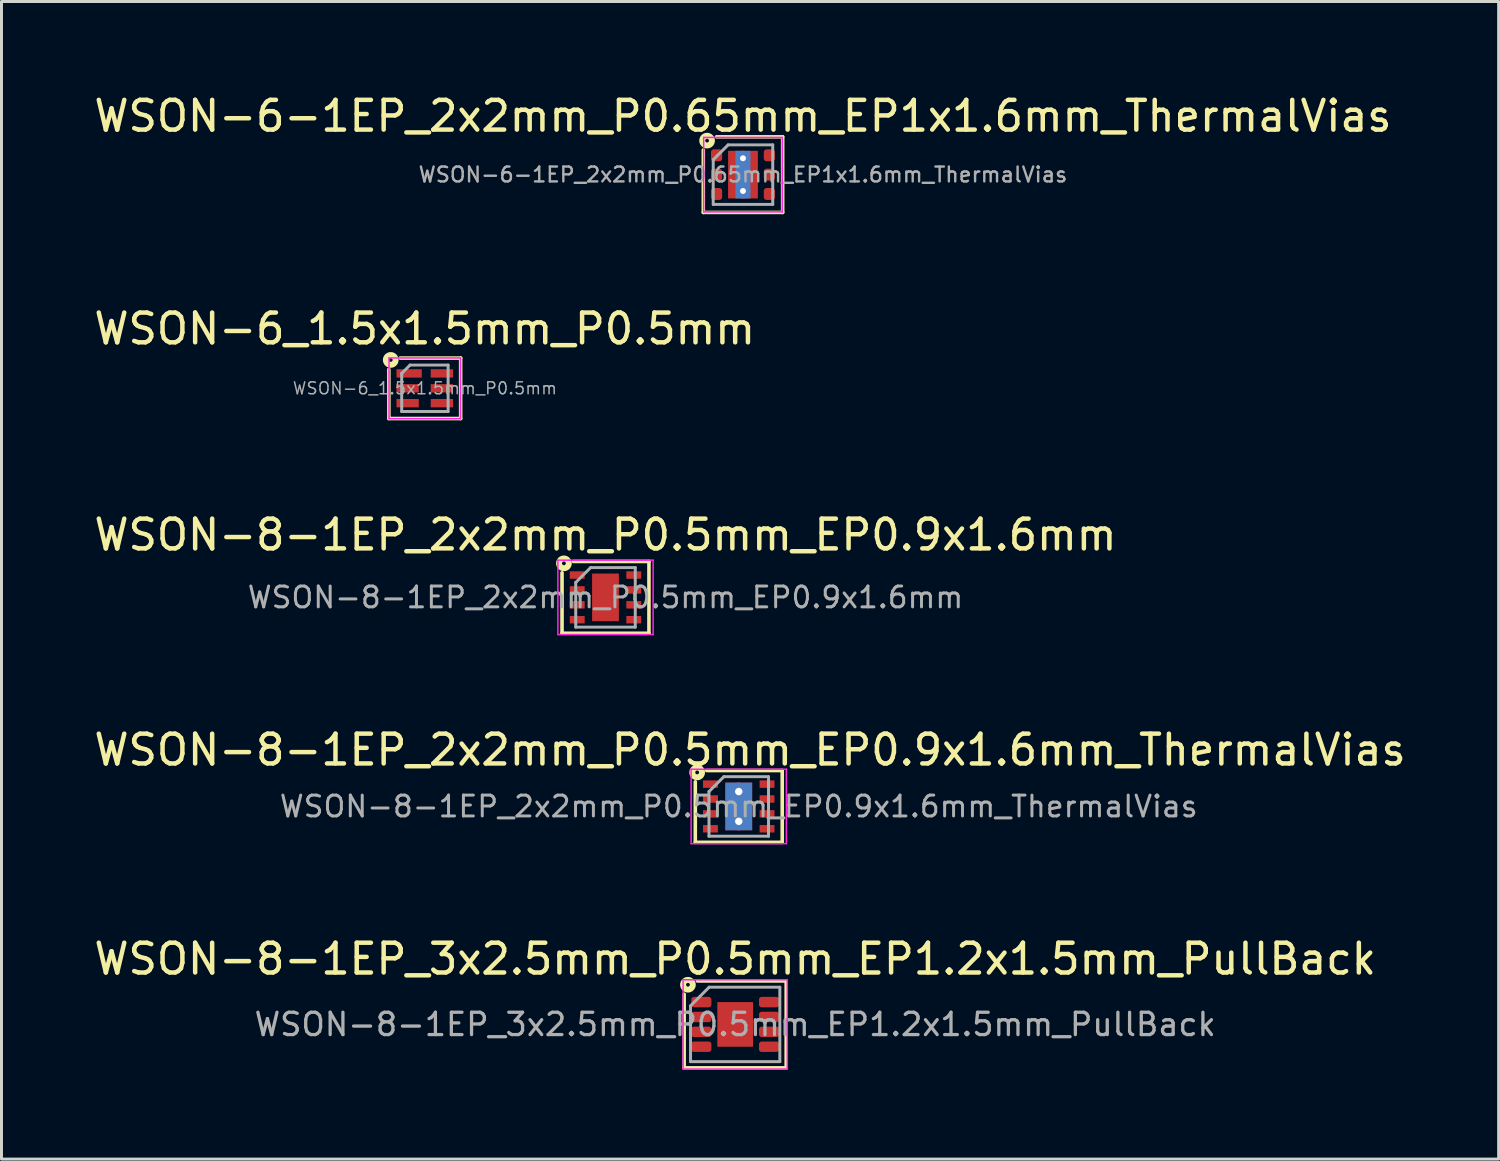
<source format=kicad_pcb>
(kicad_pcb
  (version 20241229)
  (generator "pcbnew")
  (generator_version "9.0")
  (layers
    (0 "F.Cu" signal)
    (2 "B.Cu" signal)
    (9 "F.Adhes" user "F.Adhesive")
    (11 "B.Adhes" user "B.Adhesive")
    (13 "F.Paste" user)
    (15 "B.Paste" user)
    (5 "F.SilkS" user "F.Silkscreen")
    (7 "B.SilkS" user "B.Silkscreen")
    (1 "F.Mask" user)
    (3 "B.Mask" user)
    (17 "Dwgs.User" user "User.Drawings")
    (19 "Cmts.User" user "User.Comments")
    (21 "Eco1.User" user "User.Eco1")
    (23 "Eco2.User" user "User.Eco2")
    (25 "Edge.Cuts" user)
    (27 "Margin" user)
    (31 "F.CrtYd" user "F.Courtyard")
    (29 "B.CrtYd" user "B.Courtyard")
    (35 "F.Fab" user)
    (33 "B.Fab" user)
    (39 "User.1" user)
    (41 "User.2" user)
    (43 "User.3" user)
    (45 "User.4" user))
  (footprint "WSON-8-1EP_3x2.5mm_P0.5mm_EP1.2x1.5mm_PullBack"
    (layer "F.Cu")
    (at 21.649 31.366)
    (property "Reference" "WSON-8-1EP_3x2.5mm_P0.5mm_EP1.2x1.5mm_PullBack" (at 0 -2.2 0) (layer "F.SilkS") (effects (font (size 1 1) (thickness 0.15))))
    (attr smd)
    (fp_line (start -1.714 1.46) (end -1.714 -1.016) (stroke (width 0.12) (type solid)) (layer "F.SilkS"))
    (fp_line (start -1.27 -1.46) (end 1.714 -1.46) (stroke (width 0.12) (type solid)) (layer "F.SilkS"))
    (fp_line (start 1.714 -1.46) (end 1.714 1.46) (stroke (width 0.12) (type solid)) (layer "F.SilkS"))
    (fp_line (start 1.714 1.46) (end -1.714 1.46) (stroke (width 0.12) (type solid)) (layer "F.SilkS"))
    (fp_circle (center -1.587 -1.333) (end -1.524 -1.333) (stroke (width 0.2) (type solid)) (fill no) (layer "F.SilkS"))
    (fp_line (start -1.75 -1.5) (end -1.75 1.5) (stroke (width 0.05) (type solid)) (layer "F.CrtYd"))
    (fp_line (start -1.75 1.5) (end 1.75 1.5) (stroke (width 0.05) (type solid)) (layer "F.CrtYd"))
    (fp_line (start 1.75 -1.5) (end -1.75 -1.5) (stroke (width 0.05) (type solid)) (layer "F.CrtYd"))
    (fp_line (start 1.75 1.5) (end 1.75 -1.5) (stroke (width 0.05) (type solid)) (layer "F.CrtYd"))
    (fp_line (start -1.5 -0.625) (end -0.875 -1.25) (stroke (width 0.1) (type solid)) (layer "F.Fab"))
    (fp_line (start -1.5 1.25) (end -1.5 -0.625) (stroke (width 0.1) (type solid)) (layer "F.Fab"))
    (fp_line (start -0.875 -1.25) (end 1.5 -1.25) (stroke (width 0.1) (type solid)) (layer "F.Fab"))
    (fp_line (start 1.5 -1.25) (end 1.5 1.25) (stroke (width 0.1) (type solid)) (layer "F.Fab"))
    (fp_line (start 1.5 1.25) (end -1.5 1.25) (stroke (width 0.1) (type solid)) (layer "F.Fab"))
    (fp_text user "${REFERENCE}" (at 0 0 0) (layer "F.Fab") (effects (font (size 0.75 0.75) (thickness 0.11))))
    (pad "" smd roundrect (at -0.3 -0.375) (size 0.48 0.6) (layers "F.Paste") (roundrect_rratio 0.25))
    (pad "" smd roundrect (at -0.3 0.375) (size 0.48 0.6) (layers "F.Paste") (roundrect_rratio 0.25))
    (pad "" smd roundrect (at 0.3 -0.375) (size 0.48 0.6) (layers "F.Paste") (roundrect_rratio 0.25))
    (pad "" smd roundrect (at 0.3 0.375) (size 0.48 0.6) (layers "F.Paste") (roundrect_rratio 0.25))
    (pad "1" smd roundrect (at -1.137 -0.75) (size 0.675 0.35) (layers "F.Cu" "F.Mask" "F.Paste") (roundrect_rratio 0.25))
    (pad "2" smd roundrect (at -1.137 -0.25) (size 0.675 0.35) (layers "F.Cu" "F.Mask" "F.Paste") (roundrect_rratio 0.25))
    (pad "3" smd roundrect (at -1.137 0.25) (size 0.675 0.35) (layers "F.Cu" "F.Mask" "F.Paste") (roundrect_rratio 0.25))
    (pad "4" smd roundrect (at -1.137 0.75) (size 0.675 0.35) (layers "F.Cu" "F.Mask" "F.Paste") (roundrect_rratio 0.25))
    (pad "5" smd roundrect (at 1.137 0.75) (size 0.675 0.35) (layers "F.Cu" "F.Mask" "F.Paste") (roundrect_rratio 0.25))
    (pad "6" smd roundrect (at 1.137 0.25) (size 0.675 0.35) (layers "F.Cu" "F.Mask" "F.Paste") (roundrect_rratio 0.25))
    (pad "7" smd roundrect (at 1.137 -0.25) (size 0.675 0.35) (layers "F.Cu" "F.Mask" "F.Paste") (roundrect_rratio 0.25))
    (pad "8" smd roundrect (at 1.137 -0.75) (size 0.675 0.35) (layers "F.Cu" "F.Mask" "F.Paste") (roundrect_rratio 0.25))
    (pad "9" smd rect (at 0 0) (size 1.2 1.5) (layers "F.Cu" "F.Mask")))
  (footprint "WSON-6-1EP_2x2mm_P0.65mm_EP1x1.6mm_ThermalVias"
    (layer "F.Cu")
    (at 21.911 2.817)
    (property "Reference" "WSON-6-1EP_2x2mm_P0.65mm_EP1x1.6mm_ThermalVias" (at 0 -1.968 0) (layer "F.SilkS") (effects (font (size 1 1) (thickness 0.15))))
    (attr smd)
    (fp_line (start -1.333 1.27) (end -1.333 -0.826) (stroke (width 0.12) (type solid)) (layer "F.SilkS"))
    (fp_line (start -0.889 -1.27) (end 1.333 -1.27) (stroke (width 0.12) (type solid)) (layer "F.SilkS"))
    (fp_line (start 1.333 -1.27) (end 1.333 1.27) (stroke (width 0.12) (type solid)) (layer "F.SilkS"))
    (fp_line (start 1.333 1.27) (end -1.333 1.27) (stroke (width 0.12) (type solid)) (layer "F.SilkS"))
    (fp_circle (center -1.206 -1.143) (end -1.143 -1.143) (stroke (width 0.2) (type solid)) (fill no) (layer "F.SilkS"))
    (fp_line (start -1.32 -1.25) (end -1.32 1.25) (stroke (width 0.05) (type solid)) (layer "F.CrtYd"))
    (fp_line (start -1.32 1.25) (end 1.32 1.25) (stroke (width 0.05) (type solid)) (layer "F.CrtYd"))
    (fp_line (start 1.32 -1.25) (end -1.32 -1.25) (stroke (width 0.05) (type solid)) (layer "F.CrtYd"))
    (fp_line (start 1.32 1.25) (end 1.32 -1.25) (stroke (width 0.05) (type solid)) (layer "F.CrtYd"))
    (fp_line (start -1 -0.5) (end -0.5 -1) (stroke (width 0.1) (type solid)) (layer "F.Fab"))
    (fp_line (start -1 1) (end -1 -0.5) (stroke (width 0.1) (type solid)) (layer "F.Fab"))
    (fp_line (start -0.5 -1) (end 1 -1) (stroke (width 0.1) (type solid)) (layer "F.Fab"))
    (fp_line (start 1 -1) (end 1 1) (stroke (width 0.1) (type solid)) (layer "F.Fab"))
    (fp_line (start 1 1) (end -1 1) (stroke (width 0.1) (type solid)) (layer "F.Fab"))
    (fp_text user "${REFERENCE}" (at 0 0 0) (layer "F.Fab") (effects (font (size 0.5 0.5) (thickness 0.08))))
    (pad "" smd roundrect (at 0 -0.4) (size 0.87 0.69) (layers "F.Paste") (roundrect_rratio 0.25))
    (pad "" smd roundrect (at 0 0.4) (size 0.87 0.69) (layers "F.Paste") (roundrect_rratio 0.25))
    (pad "1" smd roundrect (at -0.887 -0.65) (size 0.375 0.4) (layers "F.Cu" "F.Mask" "F.Paste") (roundrect_rratio 0.25))
    (pad "2" smd roundrect (at -0.887 0) (size 0.375 0.4) (layers "F.Cu" "F.Mask" "F.Paste") (roundrect_rratio 0.25))
    (pad "3" smd roundrect (at -0.887 0.65) (size 0.375 0.4) (layers "F.Cu" "F.Mask" "F.Paste") (roundrect_rratio 0.25))
    (pad "4" smd roundrect (at 0.887 0.65) (size 0.375 0.4) (layers "F.Cu" "F.Mask" "F.Paste") (roundrect_rratio 0.25))
    (pad "5" smd roundrect (at 0.887 0) (size 0.375 0.4) (layers "F.Cu" "F.Mask" "F.Paste") (roundrect_rratio 0.25))
    (pad "6" smd roundrect (at 0.887 -0.65) (size 0.375 0.4) (layers "F.Cu" "F.Mask" "F.Paste") (roundrect_rratio 0.25))
    (pad "7" thru_hole circle (at 0 -0.55) (size 0.5 0.5) (drill 0.2) (layers "*.Cu"))
    (pad "7" smd rect (at 0 0) (size 0.5 1.6) (layers "B.Cu" "B.Mask"))
    (pad "7" smd rect (at 0 0) (size 1 1.6) (layers "F.Cu" "F.Mask"))
    (pad "7" thru_hole circle (at 0 0.55) (size 0.5 0.5) (drill 0.2) (layers "*.Cu")))
  (footprint "WSON-8-1EP_2x2mm_P0.5mm_EP0.9x1.6mm_ThermalVias"
    (layer "F.Cu")
    (at 21.769 24.043)
    (property "Reference" "WSON-8-1EP_2x2mm_P0.5mm_EP0.9x1.6mm_ThermalVias" (at 0.38 -1.9 0) (layer "F.SilkS") (effects (font (size 1 1) (thickness 0.15))))
    (attr smd)
    (fp_line (start -1.46 1.206) (end -1.46 -0.826) (stroke (width 0.12) (type solid)) (layer "F.SilkS"))
    (fp_line (start -1.079 -1.206) (end 1.46 -1.206) (stroke (width 0.12) (type solid)) (layer "F.SilkS"))
    (fp_line (start 1.46 -1.206) (end 1.46 1.206) (stroke (width 0.12) (type solid)) (layer "F.SilkS"))
    (fp_line (start 1.46 1.206) (end -1.46 1.206) (stroke (width 0.12) (type solid)) (layer "F.SilkS"))
    (fp_circle (center -1.397 -1.143) (end -1.333 -1.143) (stroke (width 0.2) (type solid)) (fill no) (layer "F.SilkS"))
    (fp_line (start -1.6 -1.25) (end -1.6 1.25) (stroke (width 0.05) (type solid)) (layer "F.CrtYd"))
    (fp_line (start -1.6 -1.25) (end 1.6 -1.25) (stroke (width 0.05) (type solid)) (layer "F.CrtYd"))
    (fp_line (start -1.6 1.25) (end 1.6 1.25) (stroke (width 0.05) (type solid)) (layer "F.CrtYd"))
    (fp_line (start 1.6 -1.25) (end 1.6 1.25) (stroke (width 0.05) (type solid)) (layer "F.CrtYd"))
    (fp_line (start -1 1) (end -1 -0.5) (stroke (width 0.1) (type solid)) (layer "F.Fab"))
    (fp_line (start -0.5 -1) (end -1 -0.5) (stroke (width 0.1) (type solid)) (layer "F.Fab"))
    (fp_line (start -0.5 -1) (end 1 -1) (stroke (width 0.1) (type solid)) (layer "F.Fab"))
    (fp_line (start 1 -1) (end 1 1) (stroke (width 0.1) (type solid)) (layer "F.Fab"))
    (fp_line (start 1 1) (end -1 1) (stroke (width 0.1) (type solid)) (layer "F.Fab"))
    (fp_text user "${REFERENCE}" (at 0 0 0) (layer "F.Fab") (effects (font (size 0.7 0.7) (thickness 0.1))))
    (pad "" smd rect (at 0 -0.4) (size 0.75 0.65) (layers "F.Paste"))
    (pad "" smd rect (at 0 0.4) (size 0.75 0.65) (layers "F.Paste"))
    (pad "1" smd rect (at -0.95 -0.75) (size 0.5 0.25) (layers "F.Cu" "F.Mask" "F.Paste"))
    (pad "2" smd rect (at -0.95 -0.25) (size 0.5 0.25) (layers "F.Cu" "F.Mask" "F.Paste"))
    (pad "3" smd rect (at -0.95 0.25) (size 0.5 0.25) (layers "F.Cu" "F.Mask" "F.Paste"))
    (pad "4" smd rect (at -0.95 0.75) (size 0.5 0.25) (layers "F.Cu" "F.Mask" "F.Paste"))
    (pad "5" smd rect (at 0.95 0.75) (size 0.5 0.25) (layers "F.Cu" "F.Mask" "F.Paste"))
    (pad "6" smd rect (at 0.95 0.25) (size 0.5 0.25) (layers "F.Cu" "F.Mask" "F.Paste"))
    (pad "7" smd rect (at 0.95 -0.25) (size 0.5 0.25) (layers "F.Cu" "F.Mask" "F.Paste"))
    (pad "8" smd rect (at 0.95 -0.75) (size 0.5 0.25) (layers "F.Cu" "F.Mask" "F.Paste"))
    (pad "9" thru_hole circle (at 0 -0.5) (size 0.6 0.6) (drill 0.25) (layers "*.Cu"))
    (pad "9" smd rect (at 0 0) (size 0.9 1.6) (layers "F.Cu" "F.Mask"))
    (pad "9" smd rect (at 0 0) (size 0.9 1.6) (layers "B.Cu" "B.Mask"))
    (pad "9" thru_hole circle (at 0 0.5) (size 0.6 0.6) (drill 0.25) (layers "*.Cu")))
  (footprint "WSON-6_1.5x1.5mm_P0.5mm"
    (layer "F.Cu")
    (at 11.22 9.995)
    (property "Reference" "WSON-6_1.5x1.5mm_P0.5mm" (at 0 -2 0) (layer "F.SilkS") (effects (font (size 1 1) (thickness 0.15))))
    (attr smd)
    (fp_line (start -1.206 1.016) (end -1.206 -0.635) (stroke (width 0.12) (type solid)) (layer "F.SilkS"))
    (fp_line (start -0.826 -1.016) (end 1.206 -1.016) (stroke (width 0.12) (type solid)) (layer "F.SilkS"))
    (fp_line (start 1.206 -1.016) (end 1.206 1.016) (stroke (width 0.12) (type solid)) (layer "F.SilkS"))
    (fp_line (start 1.206 1.016) (end -1.206 1.016) (stroke (width 0.12) (type solid)) (layer "F.SilkS"))
    (fp_circle (center -1.143 -0.953) (end -1.079 -0.953) (stroke (width 0.2) (type solid)) (fill no) (layer "F.SilkS"))
    (fp_line (start -1.2 1.02) (end -1.2 -1.02) (stroke (width 0.05) (type solid)) (layer "F.CrtYd"))
    (fp_line (start -1.2 1.02) (end 1.2 1.02) (stroke (width 0.05) (type solid)) (layer "F.CrtYd"))
    (fp_line (start 1.2 -1.02) (end -1.2 -1.02) (stroke (width 0.05) (type solid)) (layer "F.CrtYd"))
    (fp_line (start 1.2 -1.02) (end 1.2 1.02) (stroke (width 0.05) (type solid)) (layer "F.CrtYd"))
    (fp_line (start -0.775 -0.5) (end -0.775 0.78) (stroke (width 0.1) (type solid)) (layer "F.Fab"))
    (fp_line (start -0.775 0.78) (end 0.785 0.78) (stroke (width 0.1) (type solid)) (layer "F.Fab"))
    (fp_line (start -0.495 -0.78) (end -0.775 -0.5) (stroke (width 0.1) (type solid)) (layer "F.Fab"))
    (fp_line (start 0.785 -0.78) (end -0.495 -0.78) (stroke (width 0.1) (type solid)) (layer "F.Fab"))
    (fp_line (start 0.785 -0.78) (end 0.785 0.78) (stroke (width 0.1) (type solid)) (layer "F.Fab"))
    (fp_text user "${REFERENCE}" (at 0.005 0 0) (layer "F.Fab") (effects (font (size 0.4 0.4) (thickness 0.05))))
    (pad "1" smd rect (at -0.525 -0.5 270) (size 0.28 0.85) (layers "F.Cu" "F.Mask" "F.Paste"))
    (pad "2" smd rect (at -0.575 0 270) (size 0.28 0.75) (layers "F.Cu" "F.Mask" "F.Paste"))
    (pad "3" smd rect (at -0.575 0.5 270) (size 0.28 0.75) (layers "F.Cu" "F.Mask" "F.Paste"))
    (pad "4" smd rect (at 0.575 0.5 270) (size 0.28 0.75) (layers "F.Cu" "F.Mask" "F.Paste"))
    (pad "5" smd rect (at 0.575 0 270) (size 0.28 0.75) (layers "F.Cu" "F.Mask" "F.Paste"))
    (pad "6" smd rect (at 0.575 -0.5 270) (size 0.28 0.75) (layers "F.Cu" "F.Mask" "F.Paste")))
  (footprint "WSON-8-1EP_2x2mm_P0.5mm_EP0.9x1.6mm"
    (layer "F.Cu")
    (at 17.292 17.019)
    (property "Reference" "WSON-8-1EP_2x2mm_P0.5mm_EP0.9x1.6mm" (at 0 -2.1 0) (layer "F.SilkS") (effects (font (size 1 1) (thickness 0.15))))
    (attr smd)
    (fp_line (start -1.46 1.206) (end -1.46 -0.826) (stroke (width 0.12) (type solid)) (layer "F.SilkS"))
    (fp_line (start -1.079 -1.206) (end 1.46 -1.206) (stroke (width 0.12) (type solid)) (layer "F.SilkS"))
    (fp_line (start 1.46 -1.206) (end 1.46 1.206) (stroke (width 0.12) (type solid)) (layer "F.SilkS"))
    (fp_line (start 1.46 1.206) (end -1.46 1.206) (stroke (width 0.12) (type solid)) (layer "F.SilkS"))
    (fp_circle (center -1.397 -1.143) (end -1.333 -1.143) (stroke (width 0.2) (type solid)) (fill no) (layer "F.SilkS"))
    (fp_line (start -1.6 -1.25) (end -1.6 1.25) (stroke (width 0.05) (type solid)) (layer "F.CrtYd"))
    (fp_line (start -1.6 -1.25) (end 1.6 -1.25) (stroke (width 0.05) (type solid)) (layer "F.CrtYd"))
    (fp_line (start -1.6 1.25) (end 1.6 1.25) (stroke (width 0.05) (type solid)) (layer "F.CrtYd"))
    (fp_line (start 1.6 -1.25) (end 1.6 1.25) (stroke (width 0.05) (type solid)) (layer "F.CrtYd"))
    (fp_line (start -1 1) (end -1 -0.5) (stroke (width 0.1) (type solid)) (layer "F.Fab"))
    (fp_line (start -0.5 -1) (end -1 -0.5) (stroke (width 0.1) (type solid)) (layer "F.Fab"))
    (fp_line (start -0.5 -1) (end 1 -1) (stroke (width 0.1) (type solid)) (layer "F.Fab"))
    (fp_line (start 1 -1) (end 1 1) (stroke (width 0.1) (type solid)) (layer "F.Fab"))
    (fp_line (start 1 1) (end -1 1) (stroke (width 0.1) (type solid)) (layer "F.Fab"))
    (fp_text user "${REFERENCE}" (at 0 0 0) (layer "F.Fab") (effects (font (size 0.7 0.7) (thickness 0.1))))
    (pad "" smd rect (at 0 -0.4) (size 0.75 0.65) (layers "F.Paste"))
    (pad "" smd rect (at 0 0.4) (size 0.75 0.65) (layers "F.Paste"))
    (pad "1" smd rect (at -0.95 -0.75) (size 0.5 0.25) (layers "F.Cu" "F.Mask" "F.Paste"))
    (pad "2" smd rect (at -0.95 -0.25) (size 0.5 0.25) (layers "F.Cu" "F.Mask" "F.Paste"))
    (pad "3" smd rect (at -0.95 0.25) (size 0.5 0.25) (layers "F.Cu" "F.Mask" "F.Paste"))
    (pad "4" smd rect (at -0.95 0.75) (size 0.5 0.25) (layers "F.Cu" "F.Mask" "F.Paste"))
    (pad "5" smd rect (at 0.95 0.75) (size 0.5 0.25) (layers "F.Cu" "F.Mask" "F.Paste"))
    (pad "6" smd rect (at 0.95 0.25) (size 0.5 0.25) (layers "F.Cu" "F.Mask" "F.Paste"))
    (pad "7" smd rect (at 0.95 -0.25) (size 0.5 0.25) (layers "F.Cu" "F.Mask" "F.Paste"))
    (pad "8" smd rect (at 0.95 -0.75) (size 0.5 0.25) (layers "F.Cu" "F.Mask" "F.Paste"))
    (pad "9" smd rect (at 0 0) (size 0.9 1.6) (layers "F.Cu" "F.Mask")))
  (gr_rect
    (start -3 -3)
    (end 47.298 35.891)
    (stroke (width 0.1) (type default))
    (fill no)
    (layer "Edge.Cuts")))
</source>
